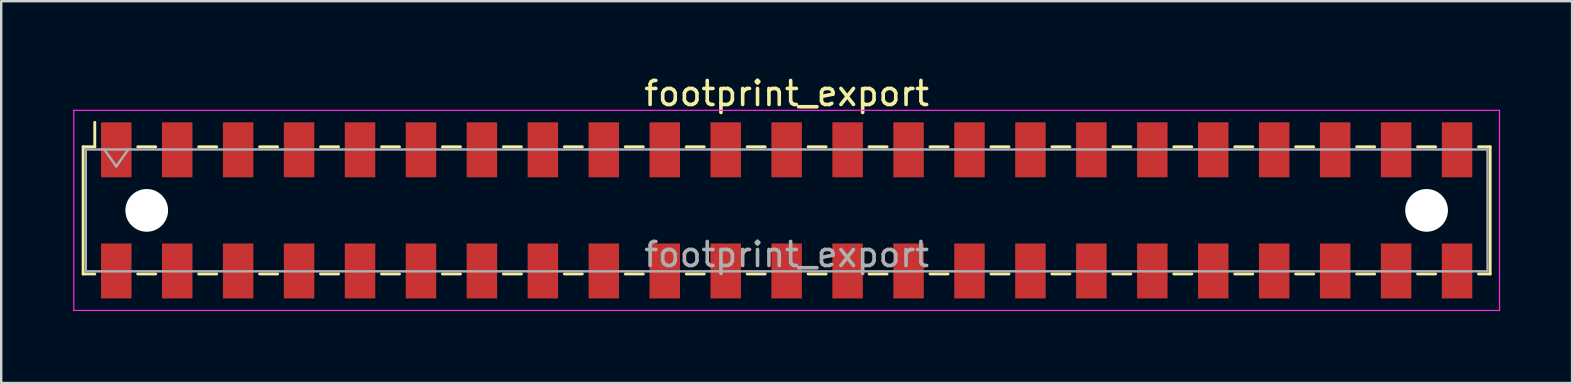
<source format=kicad_pcb>
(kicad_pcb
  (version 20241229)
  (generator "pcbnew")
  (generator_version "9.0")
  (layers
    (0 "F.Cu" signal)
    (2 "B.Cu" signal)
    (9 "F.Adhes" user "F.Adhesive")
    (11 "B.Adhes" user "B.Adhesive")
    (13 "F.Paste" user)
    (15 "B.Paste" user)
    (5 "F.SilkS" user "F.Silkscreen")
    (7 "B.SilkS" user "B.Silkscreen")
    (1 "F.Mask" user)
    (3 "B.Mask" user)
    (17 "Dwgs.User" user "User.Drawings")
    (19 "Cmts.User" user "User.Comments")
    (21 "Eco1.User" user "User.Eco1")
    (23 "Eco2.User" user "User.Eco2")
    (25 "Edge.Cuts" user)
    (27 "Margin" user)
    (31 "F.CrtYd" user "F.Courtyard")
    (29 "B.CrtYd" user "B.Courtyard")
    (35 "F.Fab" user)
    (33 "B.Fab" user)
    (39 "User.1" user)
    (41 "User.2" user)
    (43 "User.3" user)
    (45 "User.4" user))
  (footprint "footprint_export"
    (layer "F.Cu")
    (at 29.735 5.718)
    (property "Reference" "footprint_export" (at 0 -4.87 0) (layer "F.SilkS") (effects (font (size 1 1) (thickness 0.15))))
    (attr smd)
    (fp_line (start -29.32 -2.65) (end -29.32 2.65) (stroke (width 0.12) (type solid)) (layer "F.SilkS"))
    (fp_line (start -29.32 2.65) (end -28.835 2.65) (stroke (width 0.12) (type solid)) (layer "F.SilkS"))
    (fp_line (start -28.835 -3.67) (end -28.835 -2.65) (stroke (width 0.12) (type solid)) (layer "F.SilkS"))
    (fp_line (start -28.835 -2.65) (end -29.32 -2.65) (stroke (width 0.12) (type solid)) (layer "F.SilkS"))
    (fp_line (start -27.045 -2.65) (end -26.295 -2.65) (stroke (width 0.12) (type solid)) (layer "F.SilkS"))
    (fp_line (start -27.045 2.65) (end -26.295 2.65) (stroke (width 0.12) (type solid)) (layer "F.SilkS"))
    (fp_line (start -24.505 -2.65) (end -23.755 -2.65) (stroke (width 0.12) (type solid)) (layer "F.SilkS"))
    (fp_line (start -24.505 2.65) (end -23.755 2.65) (stroke (width 0.12) (type solid)) (layer "F.SilkS"))
    (fp_line (start -21.965 -2.65) (end -21.215 -2.65) (stroke (width 0.12) (type solid)) (layer "F.SilkS"))
    (fp_line (start -21.965 2.65) (end -21.215 2.65) (stroke (width 0.12) (type solid)) (layer "F.SilkS"))
    (fp_line (start -19.425 -2.65) (end -18.675 -2.65) (stroke (width 0.12) (type solid)) (layer "F.SilkS"))
    (fp_line (start -19.425 2.65) (end -18.675 2.65) (stroke (width 0.12) (type solid)) (layer "F.SilkS"))
    (fp_line (start -16.885 -2.65) (end -16.135 -2.65) (stroke (width 0.12) (type solid)) (layer "F.SilkS"))
    (fp_line (start -16.885 2.65) (end -16.135 2.65) (stroke (width 0.12) (type solid)) (layer "F.SilkS"))
    (fp_line (start -14.345 -2.65) (end -13.595 -2.65) (stroke (width 0.12) (type solid)) (layer "F.SilkS"))
    (fp_line (start -14.345 2.65) (end -13.595 2.65) (stroke (width 0.12) (type solid)) (layer "F.SilkS"))
    (fp_line (start -11.805 -2.65) (end -11.055 -2.65) (stroke (width 0.12) (type solid)) (layer "F.SilkS"))
    (fp_line (start -11.805 2.65) (end -11.055 2.65) (stroke (width 0.12) (type solid)) (layer "F.SilkS"))
    (fp_line (start -9.265 -2.65) (end -8.515 -2.65) (stroke (width 0.12) (type solid)) (layer "F.SilkS"))
    (fp_line (start -9.265 2.65) (end -8.515 2.65) (stroke (width 0.12) (type solid)) (layer "F.SilkS"))
    (fp_line (start -6.725 -2.65) (end -5.975 -2.65) (stroke (width 0.12) (type solid)) (layer "F.SilkS"))
    (fp_line (start -6.725 2.65) (end -5.975 2.65) (stroke (width 0.12) (type solid)) (layer "F.SilkS"))
    (fp_line (start -4.185 -2.65) (end -3.435 -2.65) (stroke (width 0.12) (type solid)) (layer "F.SilkS"))
    (fp_line (start -4.185 2.65) (end -3.435 2.65) (stroke (width 0.12) (type solid)) (layer "F.SilkS"))
    (fp_line (start -1.645 -2.65) (end -0.895 -2.65) (stroke (width 0.12) (type solid)) (layer "F.SilkS"))
    (fp_line (start -1.645 2.65) (end -0.895 2.65) (stroke (width 0.12) (type solid)) (layer "F.SilkS"))
    (fp_line (start 0.895 -2.65) (end 1.645 -2.65) (stroke (width 0.12) (type solid)) (layer "F.SilkS"))
    (fp_line (start 0.895 2.65) (end 1.645 2.65) (stroke (width 0.12) (type solid)) (layer "F.SilkS"))
    (fp_line (start 3.435 -2.65) (end 4.185 -2.65) (stroke (width 0.12) (type solid)) (layer "F.SilkS"))
    (fp_line (start 3.435 2.65) (end 4.185 2.65) (stroke (width 0.12) (type solid)) (layer "F.SilkS"))
    (fp_line (start 5.975 -2.65) (end 6.725 -2.65) (stroke (width 0.12) (type solid)) (layer "F.SilkS"))
    (fp_line (start 5.975 2.65) (end 6.725 2.65) (stroke (width 0.12) (type solid)) (layer "F.SilkS"))
    (fp_line (start 8.515 -2.65) (end 9.265 -2.65) (stroke (width 0.12) (type solid)) (layer "F.SilkS"))
    (fp_line (start 8.515 2.65) (end 9.265 2.65) (stroke (width 0.12) (type solid)) (layer "F.SilkS"))
    (fp_line (start 11.055 -2.65) (end 11.805 -2.65) (stroke (width 0.12) (type solid)) (layer "F.SilkS"))
    (fp_line (start 11.055 2.65) (end 11.805 2.65) (stroke (width 0.12) (type solid)) (layer "F.SilkS"))
    (fp_line (start 13.595 -2.65) (end 14.345 -2.65) (stroke (width 0.12) (type solid)) (layer "F.SilkS"))
    (fp_line (start 13.595 2.65) (end 14.345 2.65) (stroke (width 0.12) (type solid)) (layer "F.SilkS"))
    (fp_line (start 16.135 -2.65) (end 16.885 -2.65) (stroke (width 0.12) (type solid)) (layer "F.SilkS"))
    (fp_line (start 16.135 2.65) (end 16.885 2.65) (stroke (width 0.12) (type solid)) (layer "F.SilkS"))
    (fp_line (start 18.675 -2.65) (end 19.425 -2.65) (stroke (width 0.12) (type solid)) (layer "F.SilkS"))
    (fp_line (start 18.675 2.65) (end 19.425 2.65) (stroke (width 0.12) (type solid)) (layer "F.SilkS"))
    (fp_line (start 21.215 -2.65) (end 21.965 -2.65) (stroke (width 0.12) (type solid)) (layer "F.SilkS"))
    (fp_line (start 21.215 2.65) (end 21.965 2.65) (stroke (width 0.12) (type solid)) (layer "F.SilkS"))
    (fp_line (start 23.755 -2.65) (end 24.505 -2.65) (stroke (width 0.12) (type solid)) (layer "F.SilkS"))
    (fp_line (start 23.755 2.65) (end 24.505 2.65) (stroke (width 0.12) (type solid)) (layer "F.SilkS"))
    (fp_line (start 26.295 -2.65) (end 27.045 -2.65) (stroke (width 0.12) (type solid)) (layer "F.SilkS"))
    (fp_line (start 26.295 2.65) (end 27.045 2.65) (stroke (width 0.12) (type solid)) (layer "F.SilkS"))
    (fp_line (start 28.835 -2.65) (end 29.32 -2.65) (stroke (width 0.12) (type solid)) (layer "F.SilkS"))
    (fp_line (start 29.32 -2.65) (end 29.32 2.65) (stroke (width 0.12) (type solid)) (layer "F.SilkS"))
    (fp_line (start 29.32 2.65) (end 28.835 2.65) (stroke (width 0.12) (type solid)) (layer "F.SilkS"))
    (fp_line (start -29.71 -4.17) (end 29.71 -4.17) (stroke (width 0.05) (type solid)) (layer "F.CrtYd"))
    (fp_line (start -29.71 4.17) (end -29.71 -4.17) (stroke (width 0.05) (type solid)) (layer "F.CrtYd"))
    (fp_line (start 29.71 -4.17) (end 29.71 4.17) (stroke (width 0.05) (type solid)) (layer "F.CrtYd"))
    (fp_line (start 29.71 4.17) (end -29.71 4.17) (stroke (width 0.05) (type solid)) (layer "F.CrtYd"))
    (fp_line (start -29.21 -2.54) (end 29.21 -2.54) (stroke (width 0.1) (type solid)) (layer "F.Fab"))
    (fp_line (start -29.21 2.54) (end -29.21 -2.54) (stroke (width 0.1) (type solid)) (layer "F.Fab"))
    (fp_line (start -28.44 -2.54) (end -27.94 -1.833) (stroke (width 0.1) (type solid)) (layer "F.Fab"))
    (fp_line (start -27.94 -1.833) (end -27.44 -2.54) (stroke (width 0.1) (type solid)) (layer "F.Fab"))
    (fp_line (start 29.21 -2.54) (end 29.21 2.54) (stroke (width 0.1) (type solid)) (layer "F.Fab"))
    (fp_line (start 29.21 2.54) (end -29.21 2.54) (stroke (width 0.1) (type solid)) (layer "F.Fab"))
    (fp_text user "${REFERENCE}" (at 0 1.84 0) (layer "F.Fab") (effects (font (size 1 1) (thickness 0.15))))
    (pad "" np_thru_hole circle (at -26.67 0) (size 1.78 1.78) (drill 1.78) (layers "*.Cu" "*.Mask"))
    (pad "" np_thru_hole circle (at 26.67 0) (size 1.78 1.78) (drill 1.78) (layers "*.Cu" "*.Mask"))
    (pad "1" smd rect (at -27.94 -2.525) (size 1.27 2.29) (layers "F.Cu" "F.Mask" "F.Paste"))
    (pad "2" smd rect (at -27.94 2.525) (size 1.27 2.29) (layers "F.Cu" "F.Mask" "F.Paste"))
    (pad "3" smd rect (at -25.4 -2.525) (size 1.27 2.29) (layers "F.Cu" "F.Mask" "F.Paste"))
    (pad "4" smd rect (at -25.4 2.525) (size 1.27 2.29) (layers "F.Cu" "F.Mask" "F.Paste"))
    (pad "5" smd rect (at -22.86 -2.525) (size 1.27 2.29) (layers "F.Cu" "F.Mask" "F.Paste"))
    (pad "6" smd rect (at -22.86 2.525) (size 1.27 2.29) (layers "F.Cu" "F.Mask" "F.Paste"))
    (pad "7" smd rect (at -20.32 -2.525) (size 1.27 2.29) (layers "F.Cu" "F.Mask" "F.Paste"))
    (pad "8" smd rect (at -20.32 2.525) (size 1.27 2.29) (layers "F.Cu" "F.Mask" "F.Paste"))
    (pad "9" smd rect (at -17.78 -2.525) (size 1.27 2.29) (layers "F.Cu" "F.Mask" "F.Paste"))
    (pad "10" smd rect (at -17.78 2.525) (size 1.27 2.29) (layers "F.Cu" "F.Mask" "F.Paste"))
    (pad "11" smd rect (at -15.24 -2.525) (size 1.27 2.29) (layers "F.Cu" "F.Mask" "F.Paste"))
    (pad "12" smd rect (at -15.24 2.525) (size 1.27 2.29) (layers "F.Cu" "F.Mask" "F.Paste"))
    (pad "13" smd rect (at -12.7 -2.525) (size 1.27 2.29) (layers "F.Cu" "F.Mask" "F.Paste"))
    (pad "14" smd rect (at -12.7 2.525) (size 1.27 2.29) (layers "F.Cu" "F.Mask" "F.Paste"))
    (pad "15" smd rect (at -10.16 -2.525) (size 1.27 2.29) (layers "F.Cu" "F.Mask" "F.Paste"))
    (pad "16" smd rect (at -10.16 2.525) (size 1.27 2.29) (layers "F.Cu" "F.Mask" "F.Paste"))
    (pad "17" smd rect (at -7.62 -2.525) (size 1.27 2.29) (layers "F.Cu" "F.Mask" "F.Paste"))
    (pad "18" smd rect (at -7.62 2.525) (size 1.27 2.29) (layers "F.Cu" "F.Mask" "F.Paste"))
    (pad "19" smd rect (at -5.08 -2.525) (size 1.27 2.29) (layers "F.Cu" "F.Mask" "F.Paste"))
    (pad "20" smd rect (at -5.08 2.525) (size 1.27 2.29) (layers "F.Cu" "F.Mask" "F.Paste"))
    (pad "21" smd rect (at -2.54 -2.525) (size 1.27 2.29) (layers "F.Cu" "F.Mask" "F.Paste"))
    (pad "22" smd rect (at -2.54 2.525) (size 1.27 2.29) (layers "F.Cu" "F.Mask" "F.Paste"))
    (pad "23" smd rect (at 0 -2.525) (size 1.27 2.29) (layers "F.Cu" "F.Mask" "F.Paste"))
    (pad "24" smd rect (at 0 2.525) (size 1.27 2.29) (layers "F.Cu" "F.Mask" "F.Paste"))
    (pad "25" smd rect (at 2.54 -2.525) (size 1.27 2.29) (layers "F.Cu" "F.Mask" "F.Paste"))
    (pad "26" smd rect (at 2.54 2.525) (size 1.27 2.29) (layers "F.Cu" "F.Mask" "F.Paste"))
    (pad "27" smd rect (at 5.08 -2.525) (size 1.27 2.29) (layers "F.Cu" "F.Mask" "F.Paste"))
    (pad "28" smd rect (at 5.08 2.525) (size 1.27 2.29) (layers "F.Cu" "F.Mask" "F.Paste"))
    (pad "29" smd rect (at 7.62 -2.525) (size 1.27 2.29) (layers "F.Cu" "F.Mask" "F.Paste"))
    (pad "30" smd rect (at 7.62 2.525) (size 1.27 2.29) (layers "F.Cu" "F.Mask" "F.Paste"))
    (pad "31" smd rect (at 10.16 -2.525) (size 1.27 2.29) (layers "F.Cu" "F.Mask" "F.Paste"))
    (pad "32" smd rect (at 10.16 2.525) (size 1.27 2.29) (layers "F.Cu" "F.Mask" "F.Paste"))
    (pad "33" smd rect (at 12.7 -2.525) (size 1.27 2.29) (layers "F.Cu" "F.Mask" "F.Paste"))
    (pad "34" smd rect (at 12.7 2.525) (size 1.27 2.29) (layers "F.Cu" "F.Mask" "F.Paste"))
    (pad "35" smd rect (at 15.24 -2.525) (size 1.27 2.29) (layers "F.Cu" "F.Mask" "F.Paste"))
    (pad "36" smd rect (at 15.24 2.525) (size 1.27 2.29) (layers "F.Cu" "F.Mask" "F.Paste"))
    (pad "37" smd rect (at 17.78 -2.525) (size 1.27 2.29) (layers "F.Cu" "F.Mask" "F.Paste"))
    (pad "38" smd rect (at 17.78 2.525) (size 1.27 2.29) (layers "F.Cu" "F.Mask" "F.Paste"))
    (pad "39" smd rect (at 20.32 -2.525) (size 1.27 2.29) (layers "F.Cu" "F.Mask" "F.Paste"))
    (pad "40" smd rect (at 20.32 2.525) (size 1.27 2.29) (layers "F.Cu" "F.Mask" "F.Paste"))
    (pad "41" smd rect (at 22.86 -2.525) (size 1.27 2.29) (layers "F.Cu" "F.Mask" "F.Paste"))
    (pad "42" smd rect (at 22.86 2.525) (size 1.27 2.29) (layers "F.Cu" "F.Mask" "F.Paste"))
    (pad "43" smd rect (at 25.4 -2.525) (size 1.27 2.29) (layers "F.Cu" "F.Mask" "F.Paste"))
    (pad "44" smd rect (at 25.4 2.525) (size 1.27 2.29) (layers "F.Cu" "F.Mask" "F.Paste"))
    (pad "45" smd rect (at 27.94 -2.525) (size 1.27 2.29) (layers "F.Cu" "F.Mask" "F.Paste"))
    (pad "46" smd rect (at 27.94 2.525) (size 1.27 2.29) (layers "F.Cu" "F.Mask" "F.Paste")))
  (gr_rect
    (start -3 -3)
    (end 62.47 12.913)
    (stroke (width 0.1) (type default))
    (fill no)
    (layer "Edge.Cuts")))
</source>
